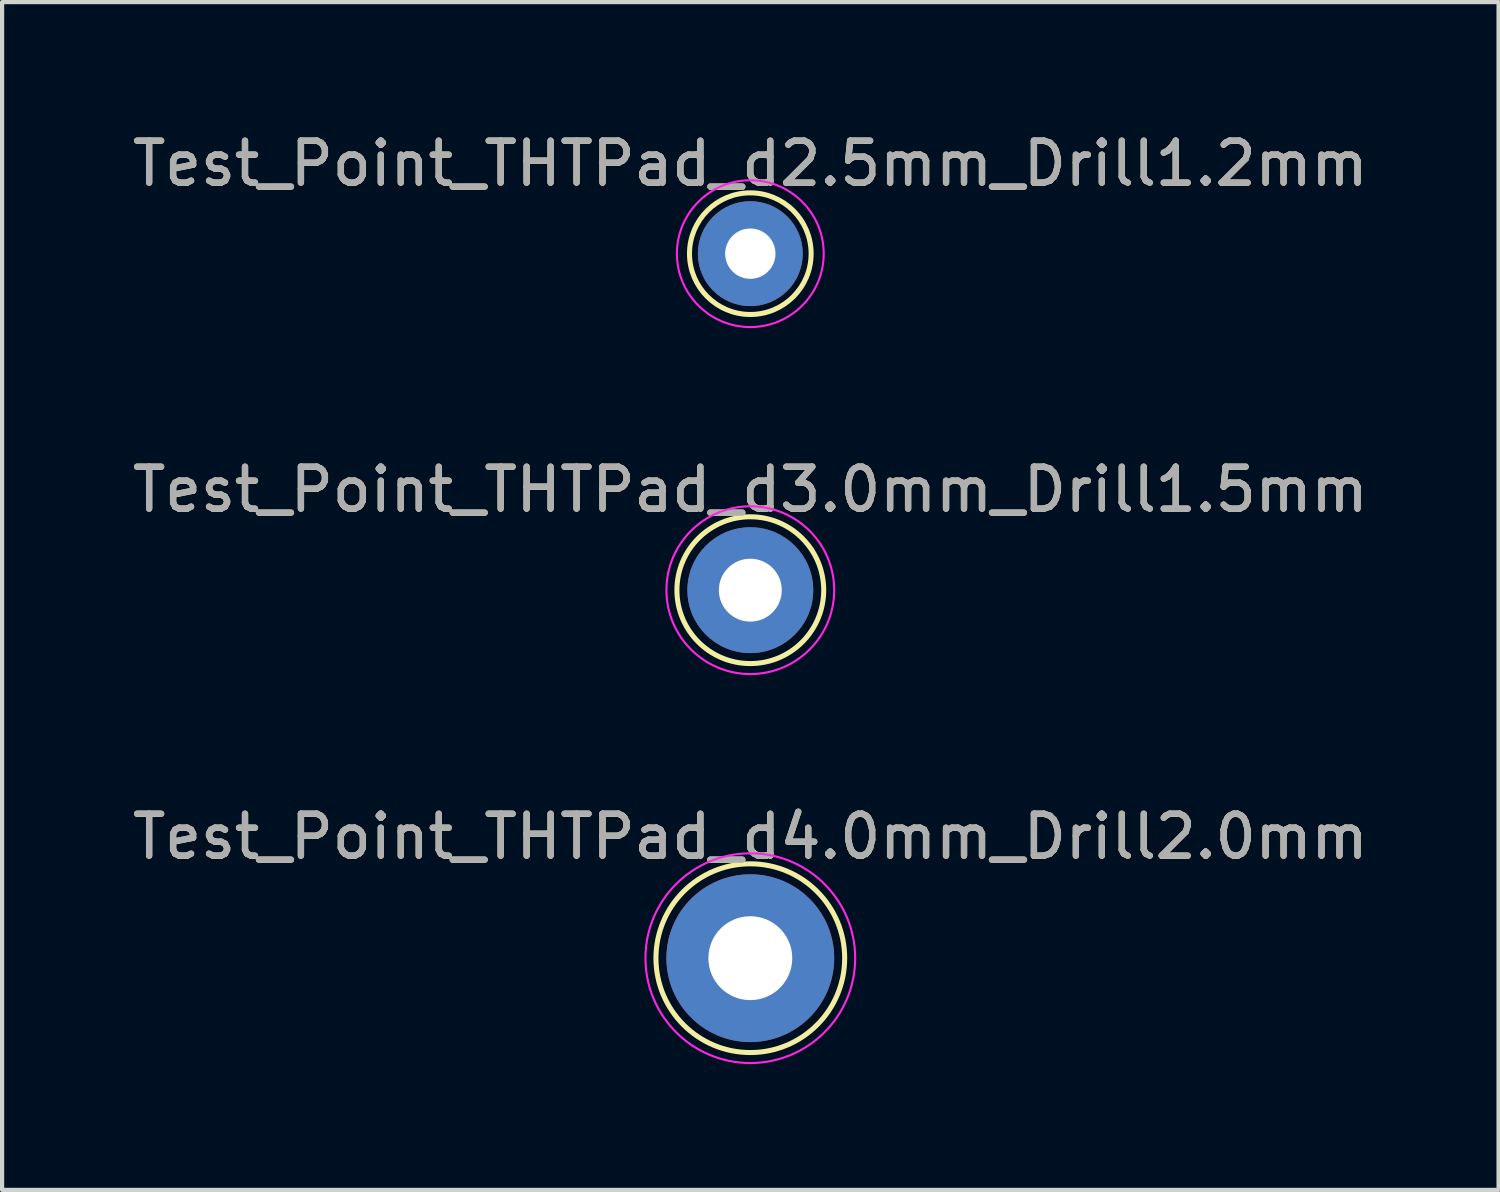
<source format=kicad_pcb>
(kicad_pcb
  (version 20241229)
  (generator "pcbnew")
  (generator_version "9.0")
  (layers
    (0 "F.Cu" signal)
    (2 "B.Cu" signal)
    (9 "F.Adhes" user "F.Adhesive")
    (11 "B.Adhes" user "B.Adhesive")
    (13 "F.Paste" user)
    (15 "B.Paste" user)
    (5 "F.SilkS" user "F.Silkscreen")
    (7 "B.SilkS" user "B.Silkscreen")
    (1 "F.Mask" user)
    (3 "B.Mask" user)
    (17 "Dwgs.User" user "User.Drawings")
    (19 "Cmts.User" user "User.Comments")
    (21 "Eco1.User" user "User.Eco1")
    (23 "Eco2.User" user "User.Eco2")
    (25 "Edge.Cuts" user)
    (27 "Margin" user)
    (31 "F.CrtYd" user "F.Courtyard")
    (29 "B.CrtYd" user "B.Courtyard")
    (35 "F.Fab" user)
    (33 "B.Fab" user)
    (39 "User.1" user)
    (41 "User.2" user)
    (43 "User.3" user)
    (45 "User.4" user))
  (footprint "Test_Point_THTPad_d2.5mm_Drill1.2mm"
    (layer "F.Cu")
    (at 14.839 2.998)
    (property "Reference" "Test_Point_THTPad_d2.5mm_Drill1.2mm" (at 0 -2.148 0) (layer "F.SilkS") (effects (font (size 1 1) (thickness 0.15))))
    (attr exclude_from_pos_files exclude_from_bom)
    (fp_circle (center 0 0) (end 0 1.45) (stroke (width 0.12) (type solid)) (fill no) (layer "F.SilkS"))
    (fp_circle (center 0 0) (end 1.75 0) (stroke (width 0.05) (type solid)) (fill no) (layer "F.CrtYd"))
    (fp_text user "${REFERENCE}" (at 0 -2.15 0) (layer "F.Fab") (effects (font (size 1 1) (thickness 0.15))))
    (pad "" np_thru_hole circle (at 0 0) (size 2.5 2.5) (drill 1.2) (layers "*.Cu" "*.Mask")))
  (footprint "Test_Point_THTPad_d4.0mm_Drill2.0mm"
    (layer "F.Cu")
    (at 14.839 19.795)
    (property "Reference" "Test_Point_THTPad_d4.0mm_Drill2.0mm" (at 0 -2.898 0) (layer "F.SilkS") (effects (font (size 1 1) (thickness 0.15))))
    (attr exclude_from_pos_files exclude_from_bom)
    (fp_circle (center 0 0) (end 0 2.25) (stroke (width 0.12) (type solid)) (fill no) (layer "F.SilkS"))
    (fp_circle (center 0 0) (end 2.5 0) (stroke (width 0.05) (type solid)) (fill no) (layer "F.CrtYd"))
    (fp_text user "${REFERENCE}" (at 0 -2.9 0) (layer "F.Fab") (effects (font (size 1 1) (thickness 0.15))))
    (pad "" np_thru_hole circle (at 0 0) (size 4 4) (drill 2) (layers "*.Cu" "*.Mask")))
  (footprint "Test_Point_THTPad_d3.0mm_Drill1.5mm"
    (layer "F.Cu")
    (at 14.839 11.021)
    (property "Reference" "Test_Point_THTPad_d3.0mm_Drill1.5mm" (at 0 -2.398 0) (layer "F.SilkS") (effects (font (size 1 1) (thickness 0.15))))
    (attr exclude_from_pos_files exclude_from_bom)
    (fp_circle (center 0 0) (end 0 1.75) (stroke (width 0.12) (type solid)) (fill no) (layer "F.SilkS"))
    (fp_circle (center 0 0) (end 2 0) (stroke (width 0.05) (type solid)) (fill no) (layer "F.CrtYd"))
    (fp_text user "${REFERENCE}" (at 0 -2.4 0) (layer "F.Fab") (effects (font (size 1 1) (thickness 0.15))))
    (pad "" np_thru_hole circle (at 0 0) (size 3 3) (drill 1.5) (layers "*.Cu" "*.Mask")))
  (gr_rect
    (start -3 -3)
    (end 32.679 25.32)
    (stroke (width 0.1) (type default))
    (fill no)
    (layer "Edge.Cuts")))
</source>
